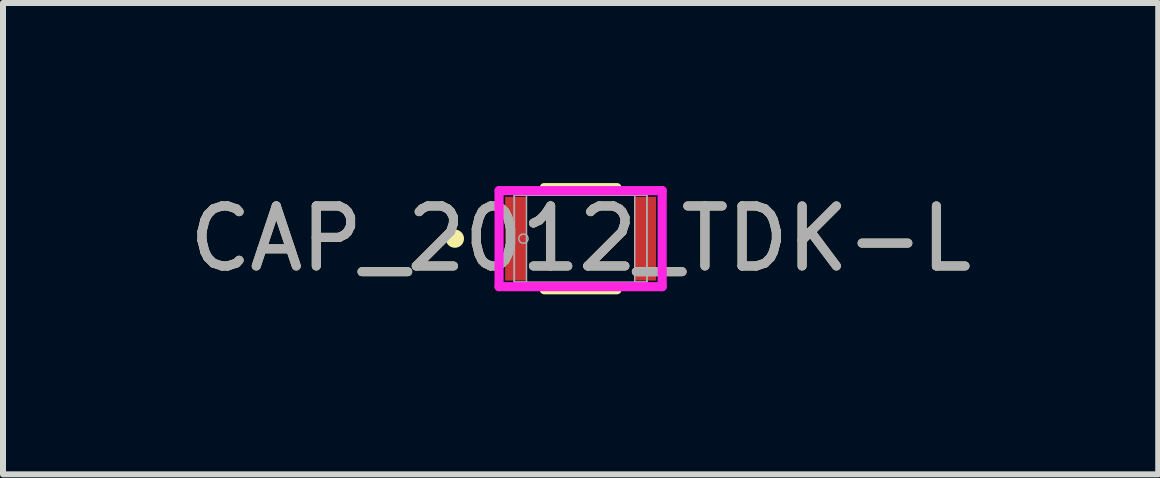
<source format=kicad_pcb>
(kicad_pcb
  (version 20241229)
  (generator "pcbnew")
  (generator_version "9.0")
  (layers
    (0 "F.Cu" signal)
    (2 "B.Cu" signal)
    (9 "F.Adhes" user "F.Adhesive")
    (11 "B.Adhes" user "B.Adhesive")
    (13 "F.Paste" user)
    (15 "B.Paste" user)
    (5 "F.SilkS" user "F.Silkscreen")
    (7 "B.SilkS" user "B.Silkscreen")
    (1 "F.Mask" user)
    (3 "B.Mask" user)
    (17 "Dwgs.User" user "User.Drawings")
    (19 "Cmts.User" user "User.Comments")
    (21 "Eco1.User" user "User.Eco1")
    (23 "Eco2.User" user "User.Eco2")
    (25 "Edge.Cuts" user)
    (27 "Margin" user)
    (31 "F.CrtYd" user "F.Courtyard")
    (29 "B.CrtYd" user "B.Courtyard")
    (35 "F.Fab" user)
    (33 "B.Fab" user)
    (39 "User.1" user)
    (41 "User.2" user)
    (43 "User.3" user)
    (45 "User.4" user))
  (footprint "CAP_2012_TDK-L"
    (layer "F.Cu")
    (at 6.625 0.927)
    (property "Reference" "CAP_2012_TDK-L" (at 0 0 0) (unlocked yes) (layer "F.SilkS") (effects (font (size 1 1) (thickness 0.15))))
    (attr smd)
    (fp_line (start -0.606 0.851) (end 0.606 0.851) (stroke (width 0.152) (type solid)) (layer "F.SilkS"))
    (fp_line (start 0.606 -0.851) (end -0.606 -0.851) (stroke (width 0.152) (type solid)) (layer "F.SilkS"))
    (fp_circle (center -2.095 0) (end -2.019 0) (stroke (width 0.152) (type solid)) (fill no) (layer "F.SilkS"))
    (fp_line (start -1.359 -0.8) (end 1.359 -0.8) (stroke (width 0.152) (type solid)) (layer "F.CrtYd"))
    (fp_line (start -1.359 0.8) (end -1.359 -0.8) (stroke (width 0.152) (type solid)) (layer "F.CrtYd"))
    (fp_line (start 1.359 -0.8) (end 1.359 0.8) (stroke (width 0.152) (type solid)) (layer "F.CrtYd"))
    (fp_line (start 1.359 0.8) (end -1.359 0.8) (stroke (width 0.152) (type solid)) (layer "F.CrtYd"))
    (fp_line (start -1.105 -0.724) (end -1.105 0.724) (stroke (width 0.025) (type solid)) (layer "F.Fab"))
    (fp_line (start -1.105 -0.724) (end -1.105 0.724) (stroke (width 0.025) (type solid)) (layer "F.Fab"))
    (fp_line (start -1.105 0.724) (end -0.902 0.724) (stroke (width 0.025) (type solid)) (layer "F.Fab"))
    (fp_line (start -1.105 0.724) (end 1.105 0.724) (stroke (width 0.025) (type solid)) (layer "F.Fab"))
    (fp_line (start -0.902 -0.724) (end -1.105 -0.724) (stroke (width 0.025) (type solid)) (layer "F.Fab"))
    (fp_line (start -0.902 0.724) (end -0.902 -0.724) (stroke (width 0.025) (type solid)) (layer "F.Fab"))
    (fp_line (start 0.902 -0.724) (end 0.902 0.724) (stroke (width 0.025) (type solid)) (layer "F.Fab"))
    (fp_line (start 0.902 0.724) (end 1.105 0.724) (stroke (width 0.025) (type solid)) (layer "F.Fab"))
    (fp_line (start 1.105 -0.724) (end -1.105 -0.724) (stroke (width 0.025) (type solid)) (layer "F.Fab"))
    (fp_line (start 1.105 -0.724) (end 0.902 -0.724) (stroke (width 0.025) (type solid)) (layer "F.Fab"))
    (fp_line (start 1.105 0.724) (end 1.105 -0.724) (stroke (width 0.025) (type solid)) (layer "F.Fab"))
    (fp_line (start 1.105 0.724) (end 1.105 -0.724) (stroke (width 0.025) (type solid)) (layer "F.Fab"))
    (fp_circle (center -0.953 0) (end -0.876 0) (stroke (width 0.025) (type solid)) (fill no) (layer "F.Fab"))
    (fp_text user "${REFERENCE}" (at 0 0 0) (unlocked yes) (layer "F.Fab") (effects (font (size 1 1) (thickness 0.15))))
    (pad "1" smd rect (at -1.079 0) (size 0.356 1.397) (layers "F.Cu" "F.Mask" "F.Paste"))
    (pad "2" smd rect (at 1.079 0) (size 0.356 1.397) (layers "F.Cu" "F.Mask" "F.Paste"))
    (zone (net_name "") (layer "F.Cu") (hatch full 0.508) (connect_pads) (min_thickness 0.254) (filled_areas_thickness no) (keepout (tracks not_allowed) (vias not_allowed) (pads allowed) (copperpour not_allowed) (footprints allowed)) (placement (enabled no)) (fill) (polygon (pts (xy 5.774 0.254) (xy 7.476 0.254) (xy 7.476 1.6) (xy 5.774 1.6)))))
  (gr_rect
    (start -3 -3)
    (end 16.25 4.854)
    (stroke (width 0.1) (type default))
    (fill no)
    (layer "Edge.Cuts")))
</source>
